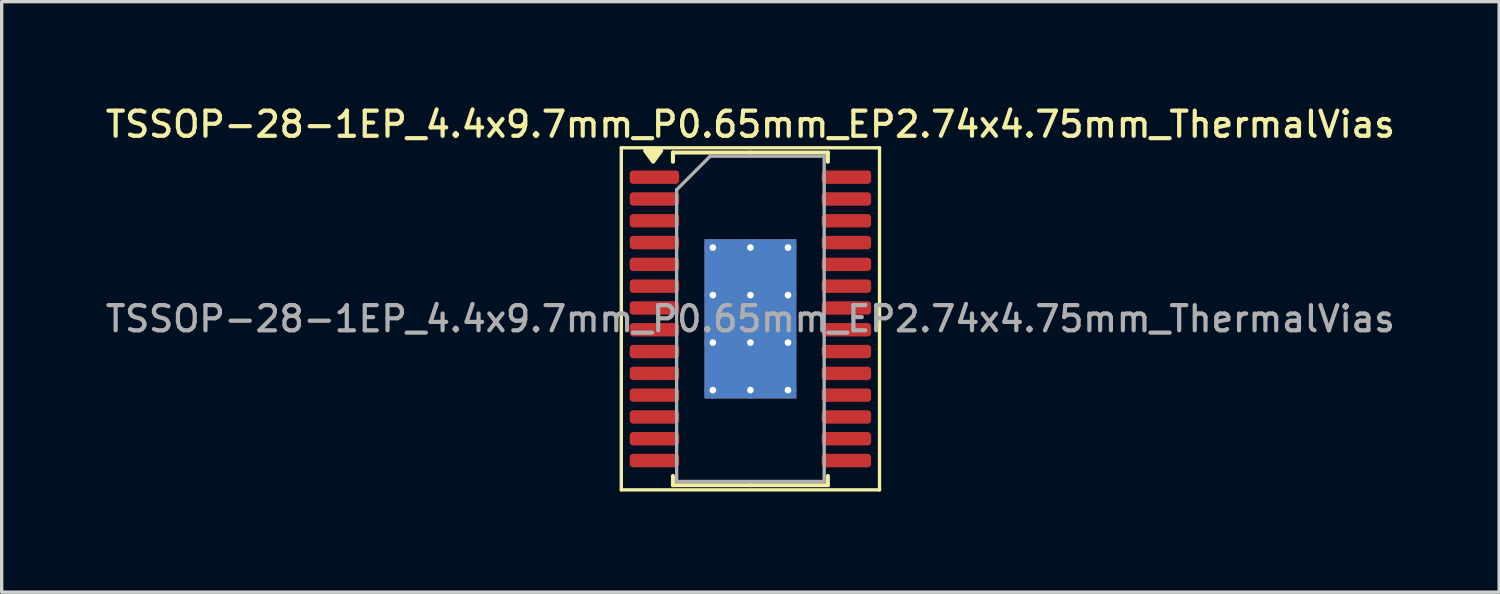
<source format=kicad_pcb>
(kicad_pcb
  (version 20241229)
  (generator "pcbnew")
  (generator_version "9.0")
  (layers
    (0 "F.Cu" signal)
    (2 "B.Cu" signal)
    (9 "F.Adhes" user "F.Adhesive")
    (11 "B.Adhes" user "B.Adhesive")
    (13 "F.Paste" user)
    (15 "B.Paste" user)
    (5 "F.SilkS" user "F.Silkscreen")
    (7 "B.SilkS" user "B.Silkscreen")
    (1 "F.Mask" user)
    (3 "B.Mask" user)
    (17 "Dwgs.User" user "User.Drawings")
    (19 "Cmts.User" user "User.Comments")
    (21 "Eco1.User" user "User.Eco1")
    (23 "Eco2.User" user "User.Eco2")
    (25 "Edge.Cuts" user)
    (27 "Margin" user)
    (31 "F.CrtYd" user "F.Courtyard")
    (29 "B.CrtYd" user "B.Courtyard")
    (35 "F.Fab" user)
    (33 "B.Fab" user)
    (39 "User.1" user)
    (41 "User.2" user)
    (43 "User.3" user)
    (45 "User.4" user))
  (footprint "TSSOP-28-1EP_4.4x9.7mm_P0.65mm_EP2.74x4.75mm_ThermalVias"
    (layer "F.Cu")
    (at 19.327 6.458)
    (property "Reference" "TSSOP-28-1EP_4.4x9.7mm_P0.65mm_EP2.74x4.75mm_ThermalVias" (at 0 -5.8 0) (layer "F.SilkS") (effects (font (size 0.75 0.75) (thickness 0.125))))
    (attr smd)
    (fp_line (start -3.85 -5.1) (end -3.85 5.1) (stroke (width 0.1) (type solid)) (layer "F.SilkS"))
    (fp_line (start -3.85 5.1) (end 3.85 5.1) (stroke (width 0.1) (type solid)) (layer "F.SilkS"))
    (fp_line (start -2.31 -4.96) (end -2.31 -4.685) (stroke (width 0.12) (type solid)) (layer "F.SilkS"))
    (fp_line (start -2.31 4.96) (end -2.31 4.685) (stroke (width 0.12) (type solid)) (layer "F.SilkS"))
    (fp_line (start 0 -4.96) (end -2.31 -4.96) (stroke (width 0.12) (type solid)) (layer "F.SilkS"))
    (fp_line (start 0 -4.96) (end 2.31 -4.96) (stroke (width 0.12) (type solid)) (layer "F.SilkS"))
    (fp_line (start 0 4.96) (end -2.31 4.96) (stroke (width 0.12) (type solid)) (layer "F.SilkS"))
    (fp_line (start 0 4.96) (end 2.31 4.96) (stroke (width 0.12) (type solid)) (layer "F.SilkS"))
    (fp_line (start 2.31 -4.96) (end 2.31 -4.685) (stroke (width 0.12) (type solid)) (layer "F.SilkS"))
    (fp_line (start 2.31 4.96) (end 2.31 4.685) (stroke (width 0.12) (type solid)) (layer "F.SilkS"))
    (fp_line (start 3.85 -5.1) (end -3.85 -5.1) (stroke (width 0.1) (type solid)) (layer "F.SilkS"))
    (fp_line (start 3.85 5.1) (end 3.85 -5.1) (stroke (width 0.1) (type solid)) (layer "F.SilkS"))
    (fp_poly (pts (xy -2.9 -4.685) (xy -3.14 -5.015) (xy -2.66 -5.015) (xy -2.9 -4.685)) (stroke (width 0.12) (type solid)) (fill yes) (layer "F.SilkS"))
    (fp_line (start -2.2 -3.85) (end -1.2 -4.85) (stroke (width 0.1) (type solid)) (layer "F.Fab"))
    (fp_line (start -2.2 4.85) (end -2.2 -3.85) (stroke (width 0.1) (type solid)) (layer "F.Fab"))
    (fp_line (start -1.2 -4.85) (end 2.2 -4.85) (stroke (width 0.1) (type solid)) (layer "F.Fab"))
    (fp_line (start 2.2 -4.85) (end 2.2 4.85) (stroke (width 0.1) (type solid)) (layer "F.Fab"))
    (fp_line (start 2.2 4.85) (end -2.2 4.85) (stroke (width 0.1) (type solid)) (layer "F.Fab"))
    (fp_text user "${REFERENCE}" (at 0 0 0) (layer "F.Fab") (effects (font (size 0.75 0.75) (thickness 0.125))))
    (pad "" smd roundrect (at -0.685 -1.58) (size 1.1 1.28) (layers "F.Paste") (roundrect_rratio 0.227))
    (pad "" smd roundrect (at -0.685 0) (size 1.1 1.28) (layers "F.Paste") (roundrect_rratio 0.227))
    (pad "" smd roundrect (at -0.685 1.58) (size 1.1 1.28) (layers "F.Paste") (roundrect_rratio 0.227))
    (pad "" smd roundrect (at 0.685 -1.58) (size 1.1 1.28) (layers "F.Paste") (roundrect_rratio 0.227))
    (pad "" smd roundrect (at 0.685 0) (size 1.1 1.28) (layers "F.Paste") (roundrect_rratio 0.227))
    (pad "" smd roundrect (at 0.685 1.58) (size 1.1 1.28) (layers "F.Paste") (roundrect_rratio 0.227))
    (pad "1" smd roundrect (at -2.862 -4.225) (size 1.475 0.4) (layers "F.Cu" "F.Mask" "F.Paste") (roundrect_rratio 0.25))
    (pad "2" smd roundrect (at -2.862 -3.575) (size 1.475 0.4) (layers "F.Cu" "F.Mask" "F.Paste") (roundrect_rratio 0.25))
    (pad "3" smd roundrect (at -2.862 -2.925) (size 1.475 0.4) (layers "F.Cu" "F.Mask" "F.Paste") (roundrect_rratio 0.25))
    (pad "4" smd roundrect (at -2.862 -2.275) (size 1.475 0.4) (layers "F.Cu" "F.Mask" "F.Paste") (roundrect_rratio 0.25))
    (pad "5" smd roundrect (at -2.862 -1.625) (size 1.475 0.4) (layers "F.Cu" "F.Mask" "F.Paste") (roundrect_rratio 0.25))
    (pad "6" smd roundrect (at -2.862 -0.975) (size 1.475 0.4) (layers "F.Cu" "F.Mask" "F.Paste") (roundrect_rratio 0.25))
    (pad "7" smd roundrect (at -2.862 -0.325) (size 1.475 0.4) (layers "F.Cu" "F.Mask" "F.Paste") (roundrect_rratio 0.25))
    (pad "8" smd roundrect (at -2.862 0.325) (size 1.475 0.4) (layers "F.Cu" "F.Mask" "F.Paste") (roundrect_rratio 0.25))
    (pad "9" smd roundrect (at -2.862 0.975) (size 1.475 0.4) (layers "F.Cu" "F.Mask" "F.Paste") (roundrect_rratio 0.25))
    (pad "10" smd roundrect (at -2.862 1.625) (size 1.475 0.4) (layers "F.Cu" "F.Mask" "F.Paste") (roundrect_rratio 0.25))
    (pad "11" smd roundrect (at -2.862 2.275) (size 1.475 0.4) (layers "F.Cu" "F.Mask" "F.Paste") (roundrect_rratio 0.25))
    (pad "12" smd roundrect (at -2.862 2.925) (size 1.475 0.4) (layers "F.Cu" "F.Mask" "F.Paste") (roundrect_rratio 0.25))
    (pad "13" smd roundrect (at -2.862 3.575) (size 1.475 0.4) (layers "F.Cu" "F.Mask" "F.Paste") (roundrect_rratio 0.25))
    (pad "14" smd roundrect (at -2.862 4.225) (size 1.475 0.4) (layers "F.Cu" "F.Mask" "F.Paste") (roundrect_rratio 0.25))
    (pad "15" smd roundrect (at 2.862 4.225) (size 1.475 0.4) (layers "F.Cu" "F.Mask" "F.Paste") (roundrect_rratio 0.25))
    (pad "16" smd roundrect (at 2.862 3.575) (size 1.475 0.4) (layers "F.Cu" "F.Mask" "F.Paste") (roundrect_rratio 0.25))
    (pad "17" smd roundrect (at 2.862 2.925) (size 1.475 0.4) (layers "F.Cu" "F.Mask" "F.Paste") (roundrect_rratio 0.25))
    (pad "18" smd roundrect (at 2.862 2.275) (size 1.475 0.4) (layers "F.Cu" "F.Mask" "F.Paste") (roundrect_rratio 0.25))
    (pad "19" smd roundrect (at 2.862 1.625) (size 1.475 0.4) (layers "F.Cu" "F.Mask" "F.Paste") (roundrect_rratio 0.25))
    (pad "20" smd roundrect (at 2.862 0.975) (size 1.475 0.4) (layers "F.Cu" "F.Mask" "F.Paste") (roundrect_rratio 0.25))
    (pad "21" smd roundrect (at 2.862 0.325) (size 1.475 0.4) (layers "F.Cu" "F.Mask" "F.Paste") (roundrect_rratio 0.25))
    (pad "22" smd roundrect (at 2.862 -0.325) (size 1.475 0.4) (layers "F.Cu" "F.Mask" "F.Paste") (roundrect_rratio 0.25))
    (pad "23" smd roundrect (at 2.862 -0.975) (size 1.475 0.4) (layers "F.Cu" "F.Mask" "F.Paste") (roundrect_rratio 0.25))
    (pad "24" smd roundrect (at 2.862 -1.625) (size 1.475 0.4) (layers "F.Cu" "F.Mask" "F.Paste") (roundrect_rratio 0.25))
    (pad "25" smd roundrect (at 2.862 -2.275) (size 1.475 0.4) (layers "F.Cu" "F.Mask" "F.Paste") (roundrect_rratio 0.25))
    (pad "26" smd roundrect (at 2.862 -2.925) (size 1.475 0.4) (layers "F.Cu" "F.Mask" "F.Paste") (roundrect_rratio 0.25))
    (pad "27" smd roundrect (at 2.862 -3.575) (size 1.475 0.4) (layers "F.Cu" "F.Mask" "F.Paste") (roundrect_rratio 0.25))
    (pad "28" smd roundrect (at 2.862 -4.225) (size 1.475 0.4) (layers "F.Cu" "F.Mask" "F.Paste") (roundrect_rratio 0.25))
    (pad "29" thru_hole circle (at -1.12 -2.125) (size 0.5 0.5) (drill 0.2) (property pad_prop_heatsink) (layers "*.Cu"))
    (pad "29" thru_hole circle (at -1.12 -0.708) (size 0.5 0.5) (drill 0.2) (property pad_prop_heatsink) (layers "*.Cu"))
    (pad "29" thru_hole circle (at -1.12 0.708) (size 0.5 0.5) (drill 0.2) (property pad_prop_heatsink) (layers "*.Cu"))
    (pad "29" thru_hole circle (at -1.12 2.125) (size 0.5 0.5) (drill 0.2) (property pad_prop_heatsink) (layers "*.Cu"))
    (pad "29" thru_hole circle (at 0 -2.125) (size 0.5 0.5) (drill 0.2) (property pad_prop_heatsink) (layers "*.Cu"))
    (pad "29" thru_hole circle (at 0 -0.708) (size 0.5 0.5) (drill 0.2) (property pad_prop_heatsink) (layers "*.Cu"))
    (pad "29" smd rect (at 0 0) (size 2.74 4.75) (property pad_prop_heatsink) (layers "F.Cu" "F.Mask"))
    (pad "29" smd rect (at 0 0) (size 2.74 4.75) (property pad_prop_heatsink) (layers "B.Cu"))
    (pad "29" thru_hole circle (at 0 0.708) (size 0.5 0.5) (drill 0.2) (property pad_prop_heatsink) (layers "*.Cu"))
    (pad "29" thru_hole circle (at 0 2.125) (size 0.5 0.5) (drill 0.2) (property pad_prop_heatsink) (layers "*.Cu"))
    (pad "29" thru_hole circle (at 1.12 -2.125) (size 0.5 0.5) (drill 0.2) (property pad_prop_heatsink) (layers "*.Cu"))
    (pad "29" thru_hole circle (at 1.12 -0.708) (size 0.5 0.5) (drill 0.2) (property pad_prop_heatsink) (layers "*.Cu"))
    (pad "29" thru_hole circle (at 1.12 0.708) (size 0.5 0.5) (drill 0.2) (property pad_prop_heatsink) (layers "*.Cu"))
    (pad "29" thru_hole circle (at 1.12 2.125) (size 0.5 0.5) (drill 0.2) (property pad_prop_heatsink) (layers "*.Cu")))
  (gr_rect
    (start -3 -3)
    (end 41.654 14.608)
    (stroke (width 0.1) (type default))
    (fill no)
    (layer "Edge.Cuts")))
</source>
